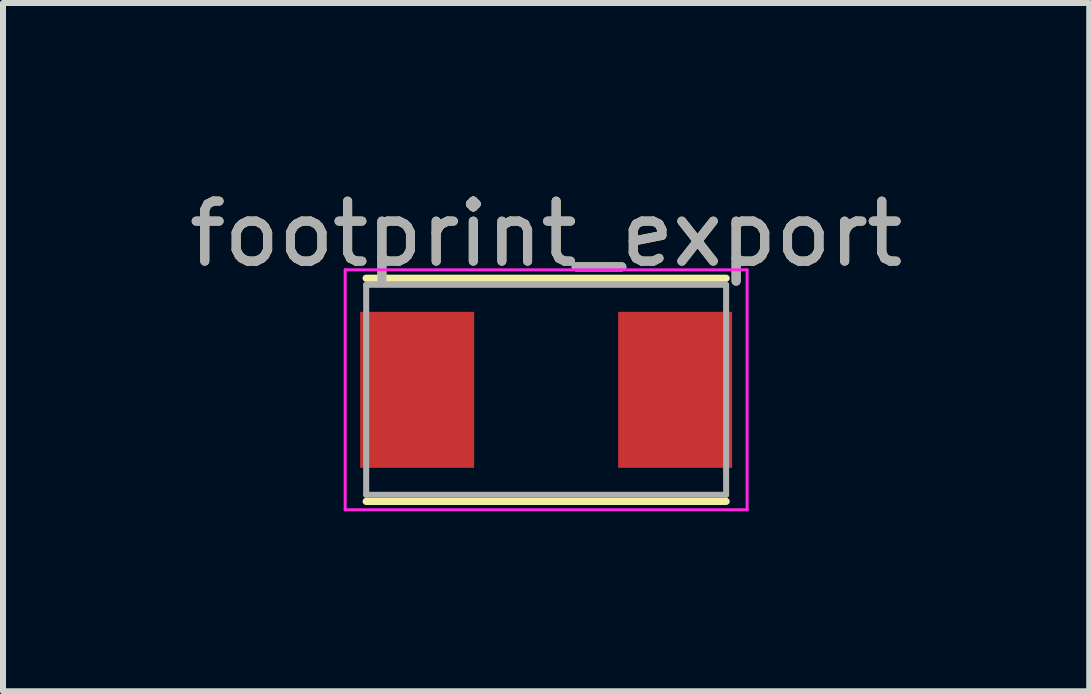
<source format=kicad_pcb>
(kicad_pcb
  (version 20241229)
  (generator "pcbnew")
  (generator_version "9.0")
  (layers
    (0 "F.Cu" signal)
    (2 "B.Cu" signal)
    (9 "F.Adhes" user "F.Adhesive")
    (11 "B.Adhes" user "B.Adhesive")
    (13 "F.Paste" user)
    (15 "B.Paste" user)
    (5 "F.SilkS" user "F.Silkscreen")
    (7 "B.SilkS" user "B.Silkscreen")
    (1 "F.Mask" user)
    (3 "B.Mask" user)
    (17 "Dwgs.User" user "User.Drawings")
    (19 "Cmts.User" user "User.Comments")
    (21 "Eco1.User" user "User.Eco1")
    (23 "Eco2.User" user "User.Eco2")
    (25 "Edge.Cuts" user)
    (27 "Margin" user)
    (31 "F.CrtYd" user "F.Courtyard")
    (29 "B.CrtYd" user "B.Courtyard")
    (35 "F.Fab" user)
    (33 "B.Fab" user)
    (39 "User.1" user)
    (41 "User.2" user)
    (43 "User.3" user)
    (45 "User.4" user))
  (footprint "footprint_export"
    (layer "F.Cu")
    (at 6.054 3.448)
    (property "Reference" "footprint_export" (at 0 -2.6 0) (layer "F.SilkS") (effects (font (size 1 1) (thickness 0.15))))
    (attr smd)
    (fp_line (start -3 -1.86) (end 3 -1.86) (stroke (width 0.12) (type solid)) (layer "F.SilkS"))
    (fp_line (start -3 1.86) (end 3 1.86) (stroke (width 0.12) (type solid)) (layer "F.SilkS"))
    (fp_line (start -3.35 -2) (end -3.35 2) (stroke (width 0.05) (type solid)) (layer "F.CrtYd"))
    (fp_line (start -3.35 -2) (end 3.35 -2) (stroke (width 0.05) (type solid)) (layer "F.CrtYd"))
    (fp_line (start 3.35 2) (end -3.35 2) (stroke (width 0.05) (type solid)) (layer "F.CrtYd"))
    (fp_line (start 3.35 2) (end 3.35 -2) (stroke (width 0.05) (type solid)) (layer "F.CrtYd"))
    (fp_line (start -3 -1.75) (end -3 1.75) (stroke (width 0.1) (type solid)) (layer "F.Fab"))
    (fp_line (start -3 -1.75) (end 3 -1.75) (stroke (width 0.1) (type solid)) (layer "F.Fab"))
    (fp_line (start -3 1.75) (end 3 1.75) (stroke (width 0.1) (type solid)) (layer "F.Fab"))
    (fp_line (start 3 -1.75) (end 3 1.75) (stroke (width 0.1) (type solid)) (layer "F.Fab"))
    (fp_text user "${REFERENCE}" (at 0 -2.6 0) (layer "F.Fab") (effects (font (size 1 1) (thickness 0.15))))
    (pad "1" smd rect (at -2.15 0) (size 1.9 2.6) (layers "F.Cu" "F.Mask" "F.Paste"))
    (pad "2" smd rect (at 2.15 0) (size 1.9 2.6) (layers "F.Cu" "F.Mask" "F.Paste")))
  (gr_rect
    (start -3 -3)
    (end 15.107 8.473)
    (stroke (width 0.1) (type default))
    (fill no)
    (layer "Edge.Cuts")))
</source>
